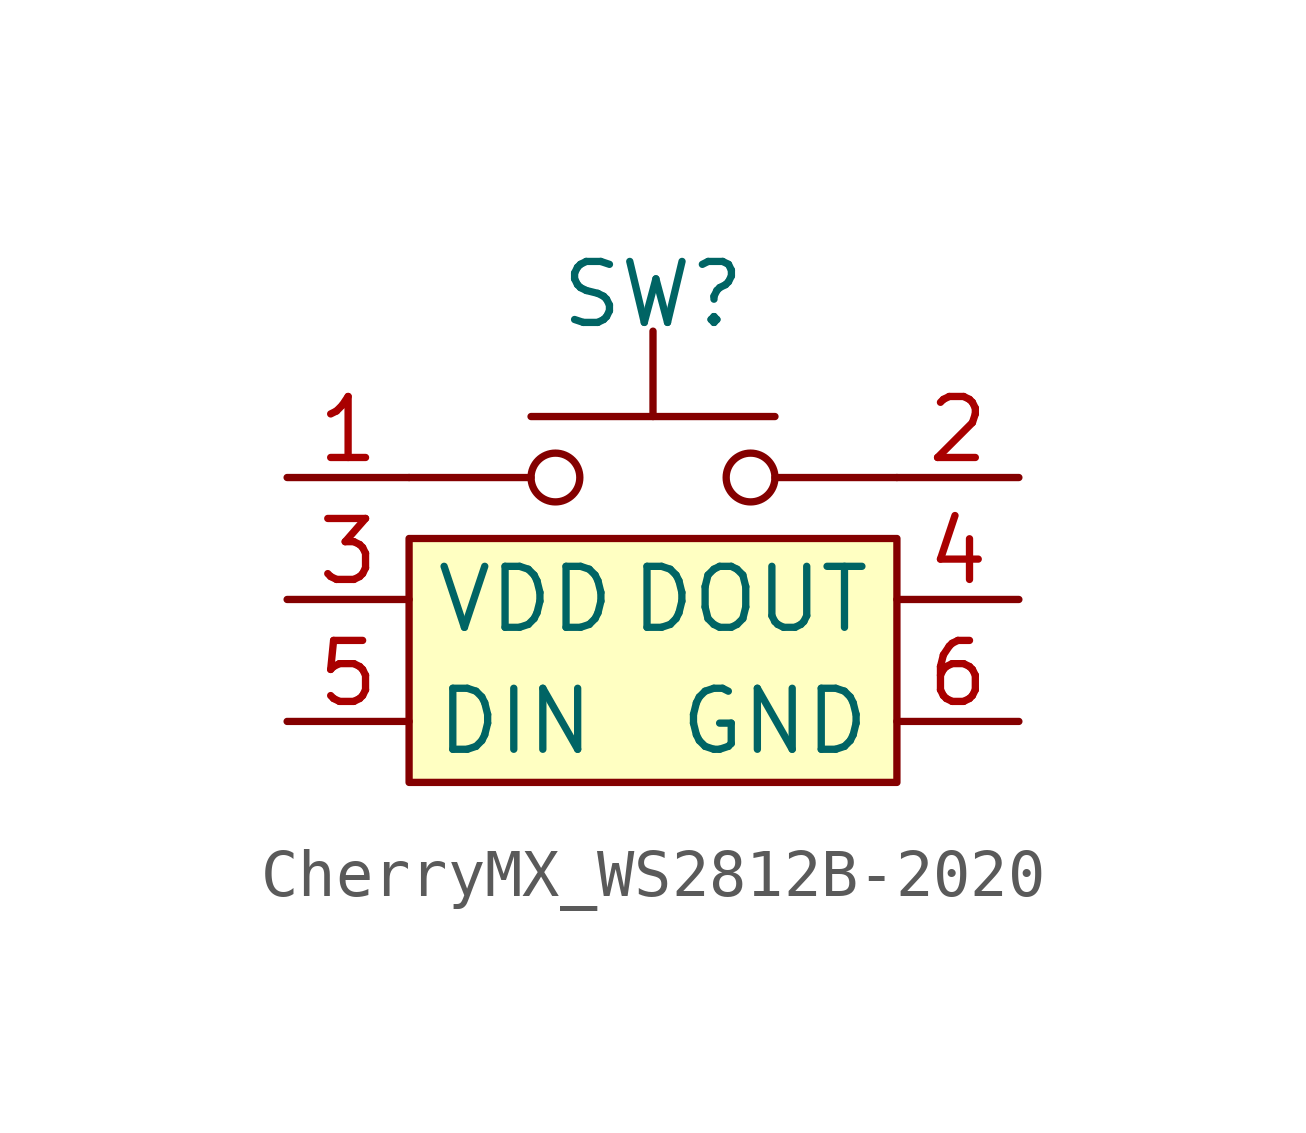
<source format=kicad_sym>
(kicad_symbol_lib
  (version 20220914)
  (generator kicad_symbol_editor)
  (symbol "CherryMX_WS2812B-2020"
    (property "Reference" "SW"
      (at 0 6.35 0)
      (effects (font (size 1.27 1.27))))
    (property "Value" ""
      (at 0 6.35 0)
      (effects (font (size 1.27 1.27))))
    (symbol "CherryMX_WS2812B-2020_0_1"
      (rectangle (start -5.08 1.27) (end 5.08 -3.81) (stroke (width 0) (type solid)) (fill (type background)))
      (polyline (pts (xy -5.08 2.54) (xy -2.54 2.54)) (stroke (width 0) (type solid)) (fill (type none)))
      (polyline (pts (xy 2.54 2.54) (xy 5.08 2.54)) (stroke (width 0) (type solid)) (fill (type none))))
    (symbol "CherryMX_WS2812B-2020_1_1"
      (circle (center -2.032 2.54) (radius 0.508) (stroke (width 0) (type solid)) (fill (type none)))
      (polyline (pts (xy 0 3.81) (xy 0 5.588)) (stroke (width 0) (type solid)) (fill (type none)))
      (polyline (pts (xy 2.54 3.81) (xy -2.54 3.81)) (stroke (width 0) (type solid)) (fill (type none)))
      (circle (center 2.032 2.54) (radius 0.508) (stroke (width 0) (type solid)) (fill (type none)))
      (pin passive line (at -7.62 2.54 0) (length 2.54) (name "~" (effects (font (size 1.27 1.27)))) (number "1" (effects (font (size 1.27 1.27)))))
      (pin passive line (at 7.62 2.54 180) (length 2.54) (name "~" (effects (font (size 1.27 1.27)))) (number "2" (effects (font (size 1.27 1.27)))))
      (pin power_in line (at -7.62 0 0) (length 2.54) (name "VDD" (effects (font (size 1.27 1.27)))) (number "3" (effects (font (size 1.27 1.27)))))
      (pin output line (at 7.62 0 180) (length 2.54) (name "DOUT" (effects (font (size 1.27 1.27)))) (number "4" (effects (font (size 1.27 1.27)))))
      (pin input line (at -7.62 -2.54 0) (length 2.54) (name "DIN" (effects (font (size 1.27 1.27)))) (number "5" (effects (font (size 1.27 1.27)))))
      (pin power_in line (at 7.62 -2.54 180) (length 2.54) (name "GND" (effects (font (size 1.27 1.27)))) (number "6" (effects (font (size 1.27 1.27))))))))
</source>
